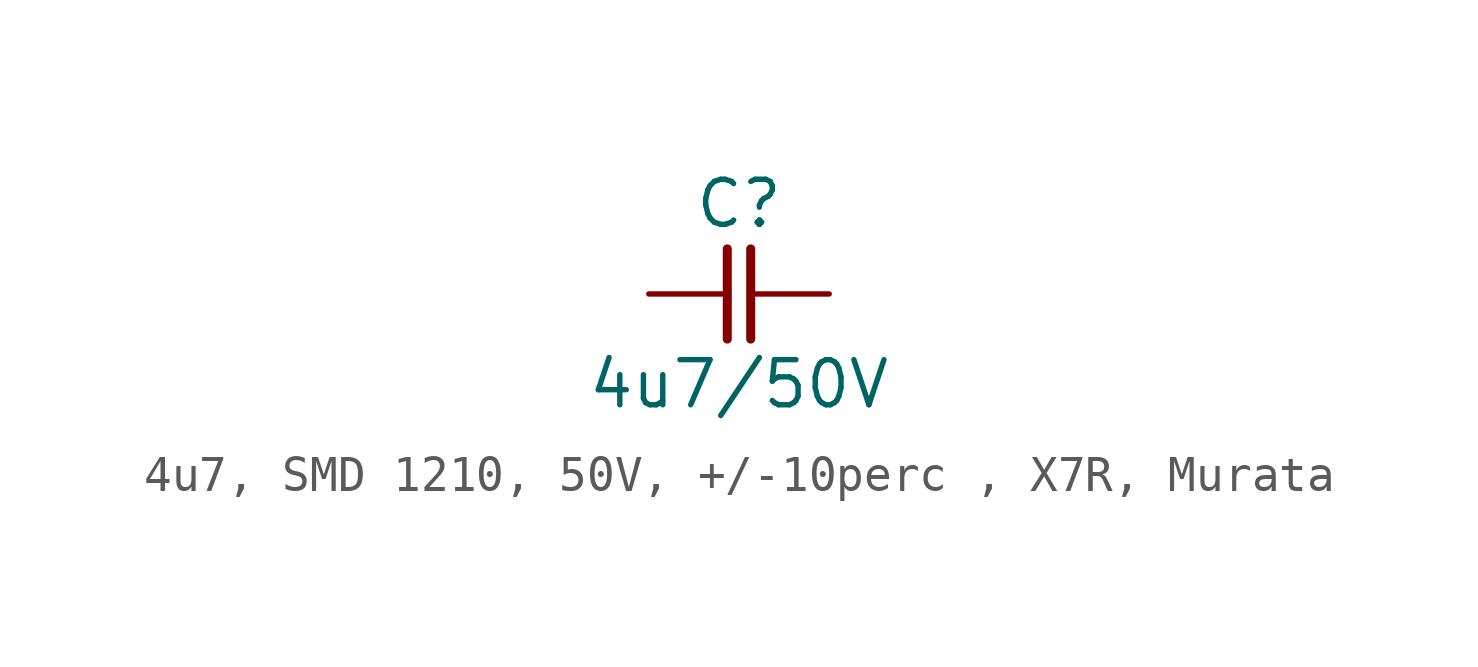
<source format=kicad_sym>
(kicad_symbol_lib
  (version 20231120)
  (generator "kicad_symbol_editor")
  (generator_version "8.0")
  (symbol "4u7, SMD 1210, 50V, +/-10perc , X7R, Murata"
    (pin_numbers hide)
    (pin_names
      (offset 0) hide)
    (property "Reference" "C"
      (at 0 2.54 0)
      (effects (font (size 1.27 1.27))))
    (property "Value" "4u7/50V"
      (at 0 -2.54 0)
      (effects (font (size 1.27 1.27))))
    (symbol "4u7, SMD 1210, 50V, +/-10perc , X7R, Murata_0_1"
      (polyline (pts (xy -0.33 1.27) (xy -0.33 -1.27)) (stroke (width 0.254) (type default)) (fill (type none)))
      (polyline (pts (xy 0.33 1.27) (xy 0.33 -1.27)) (stroke (width 0.254) (type default)) (fill (type none))))
    (symbol "4u7, SMD 1210, 50V, +/-10perc , X7R, Murata_1_1"
      (pin passive line (at -2.54 0 0) (length 2.21) (name "1" (effects (font (size 1.27 1.27)))) (number "1" (effects (font (size 1.27 1.27)))))
      (pin passive line (at 2.54 0 180) (length 2.21) (name "2" (effects (font (size 1.27 1.27)))) (number "2" (effects (font (size 1.27 1.27))))))))
</source>
